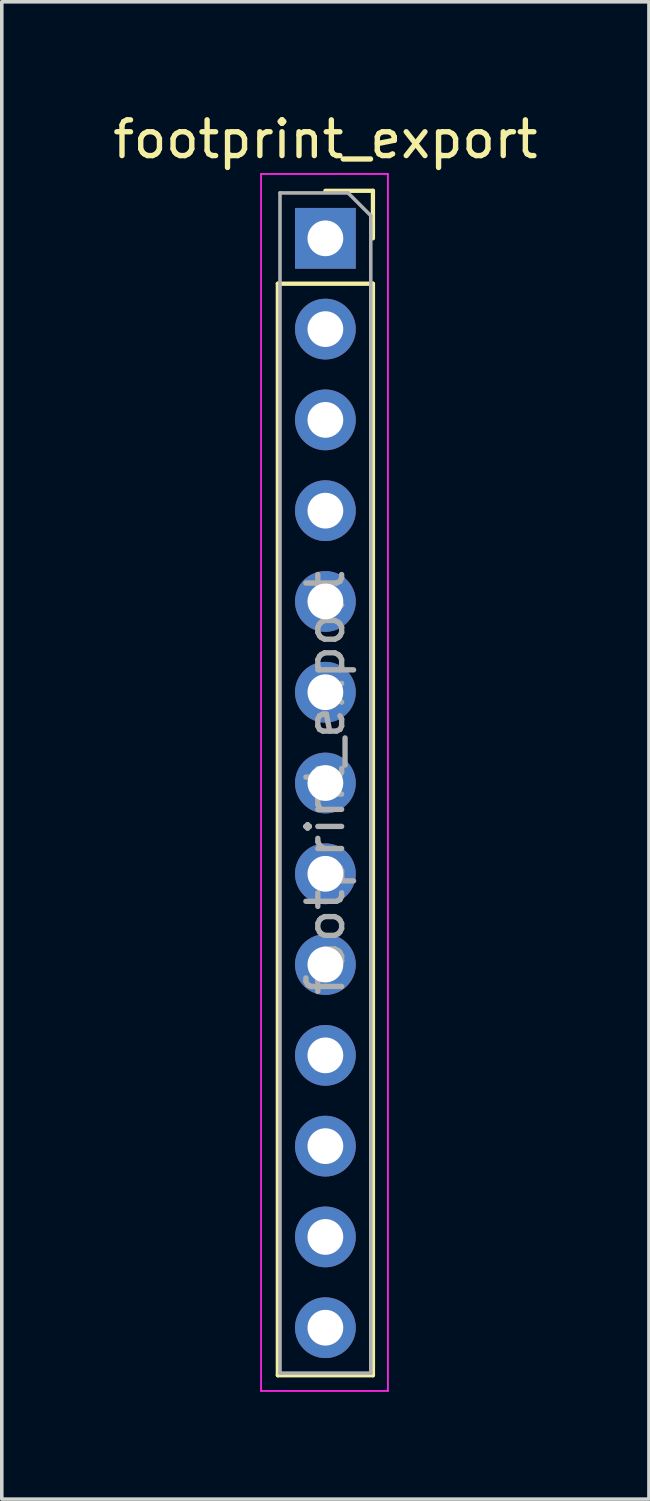
<source format=kicad_pcb>
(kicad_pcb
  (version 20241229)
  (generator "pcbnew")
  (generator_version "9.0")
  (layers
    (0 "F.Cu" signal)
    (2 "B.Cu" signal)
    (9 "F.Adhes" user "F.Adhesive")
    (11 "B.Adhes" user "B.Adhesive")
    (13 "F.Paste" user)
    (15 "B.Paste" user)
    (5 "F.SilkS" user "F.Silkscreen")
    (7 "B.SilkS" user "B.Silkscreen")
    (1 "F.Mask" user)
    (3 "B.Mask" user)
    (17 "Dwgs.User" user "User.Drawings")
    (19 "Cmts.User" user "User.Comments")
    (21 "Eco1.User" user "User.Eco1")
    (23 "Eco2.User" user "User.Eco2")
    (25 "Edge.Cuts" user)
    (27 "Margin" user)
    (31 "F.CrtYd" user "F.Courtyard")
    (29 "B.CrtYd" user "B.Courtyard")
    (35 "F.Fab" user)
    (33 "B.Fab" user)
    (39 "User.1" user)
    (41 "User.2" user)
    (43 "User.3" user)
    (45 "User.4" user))
  (footprint "footprint_export"
    (layer "F.Cu")
    (at 6.054 3.618)
    (property "Reference" "footprint_export" (at 0 -2.77 0) (layer "F.SilkS") (effects (font (size 1 1) (thickness 0.15))))
    (attr through_hole)
    (fp_line (start -1.33 1.27) (end -1.33 31.81) (stroke (width 0.12) (type solid)) (layer "F.SilkS"))
    (fp_line (start -1.33 1.27) (end 1.33 1.27) (stroke (width 0.12) (type solid)) (layer "F.SilkS"))
    (fp_line (start -1.33 31.81) (end 1.33 31.81) (stroke (width 0.12) (type solid)) (layer "F.SilkS"))
    (fp_line (start 0 -1.33) (end 1.33 -1.33) (stroke (width 0.12) (type solid)) (layer "F.SilkS"))
    (fp_line (start 1.33 -1.33) (end 1.33 0) (stroke (width 0.12) (type solid)) (layer "F.SilkS"))
    (fp_line (start 1.33 1.27) (end 1.33 31.81) (stroke (width 0.12) (type solid)) (layer "F.SilkS"))
    (fp_line (start -1.8 -1.8) (end 1.75 -1.8) (stroke (width 0.05) (type solid)) (layer "F.CrtYd"))
    (fp_line (start -1.8 32.25) (end -1.8 -1.8) (stroke (width 0.05) (type solid)) (layer "F.CrtYd"))
    (fp_line (start 1.75 -1.8) (end 1.75 32.25) (stroke (width 0.05) (type solid)) (layer "F.CrtYd"))
    (fp_line (start 1.75 32.25) (end -1.8 32.25) (stroke (width 0.05) (type solid)) (layer "F.CrtYd"))
    (fp_line (start -1.27 -1.27) (end 0.635 -1.27) (stroke (width 0.1) (type solid)) (layer "F.Fab"))
    (fp_line (start -1.27 31.75) (end -1.27 -1.27) (stroke (width 0.1) (type solid)) (layer "F.Fab"))
    (fp_line (start 0.635 -1.27) (end 1.27 -0.635) (stroke (width 0.1) (type solid)) (layer "F.Fab"))
    (fp_line (start 1.27 -0.635) (end 1.27 31.75) (stroke (width 0.1) (type solid)) (layer "F.Fab"))
    (fp_line (start 1.27 31.75) (end -1.27 31.75) (stroke (width 0.1) (type solid)) (layer "F.Fab"))
    (fp_text user "${REFERENCE}" (at 0 15.24 90) (layer "F.Fab") (effects (font (size 1 1) (thickness 0.15))))
    (pad "1" thru_hole rect (at 0 0) (size 1.7 1.7) (drill 1) (layers "*.Cu" "*.Mask"))
    (pad "2" thru_hole oval (at 0 2.54) (size 1.7 1.7) (drill 1) (layers "*.Cu" "*.Mask"))
    (pad "3" thru_hole oval (at 0 5.08) (size 1.7 1.7) (drill 1) (layers "*.Cu" "*.Mask"))
    (pad "4" thru_hole oval (at 0 7.62) (size 1.7 1.7) (drill 1) (layers "*.Cu" "*.Mask"))
    (pad "5" thru_hole oval (at 0 10.16) (size 1.7 1.7) (drill 1) (layers "*.Cu" "*.Mask"))
    (pad "6" thru_hole oval (at 0 12.7) (size 1.7 1.7) (drill 1) (layers "*.Cu" "*.Mask"))
    (pad "7" thru_hole oval (at 0 15.24) (size 1.7 1.7) (drill 1) (layers "*.Cu" "*.Mask"))
    (pad "8" thru_hole oval (at 0 17.78) (size 1.7 1.7) (drill 1) (layers "*.Cu" "*.Mask"))
    (pad "9" thru_hole oval (at 0 20.32) (size 1.7 1.7) (drill 1) (layers "*.Cu" "*.Mask"))
    (pad "10" thru_hole oval (at 0 22.86) (size 1.7 1.7) (drill 1) (layers "*.Cu" "*.Mask"))
    (pad "11" thru_hole oval (at 0 25.4) (size 1.7 1.7) (drill 1) (layers "*.Cu" "*.Mask"))
    (pad "12" thru_hole oval (at 0 27.94) (size 1.7 1.7) (drill 1) (layers "*.Cu" "*.Mask"))
    (pad "13" thru_hole oval (at 0 30.48) (size 1.7 1.7) (drill 1) (layers "*.Cu" "*.Mask")))
  (gr_rect
    (start -3 -3)
    (end 15.107 38.893)
    (stroke (width 0.1) (type default))
    (fill no)
    (layer "Edge.Cuts")))
</source>
